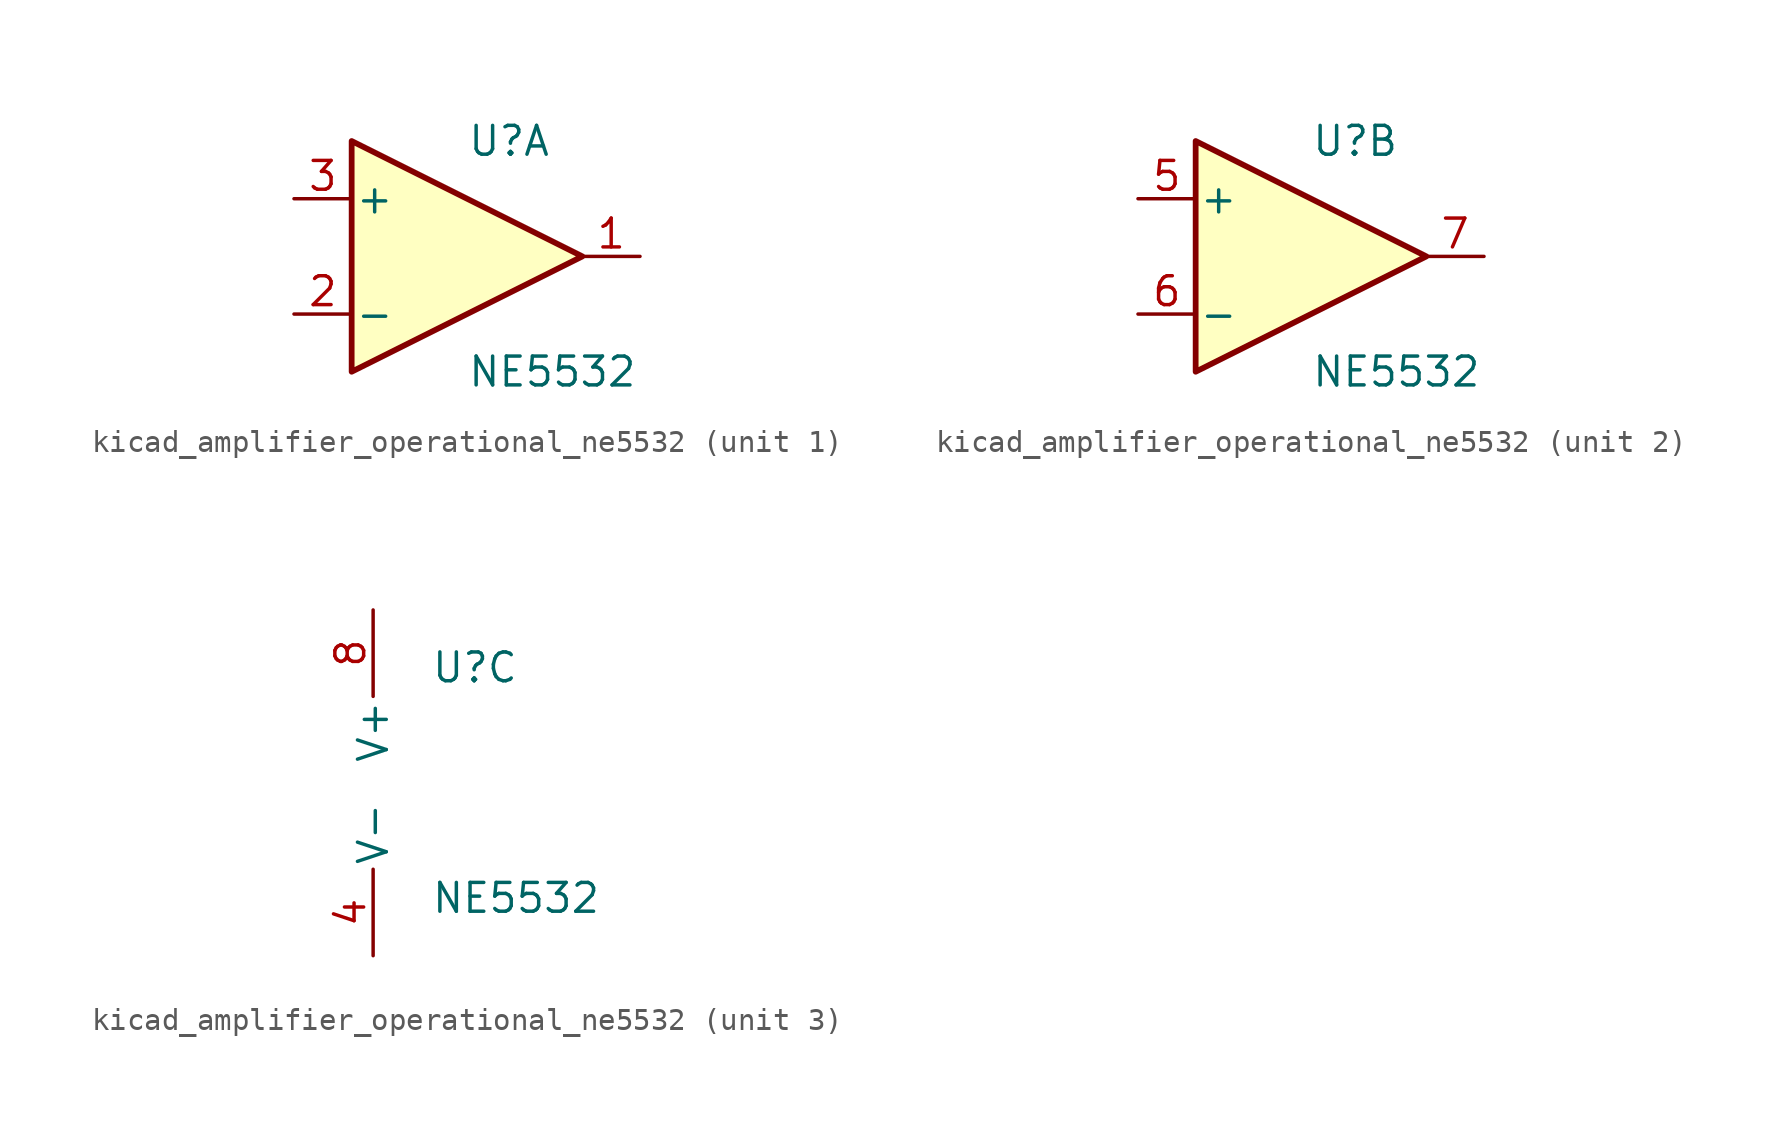
<source format=kicad_sym>
(kicad_symbol_lib
  (version 20220914)
  (generator kicad_symbol_editor)
  (symbol "kicad_amplifier_operational_ne5532"
    (pin_names
      (offset 0.127))
    (property "Reference" "U"
      (at 0 5.08 0)
      (effects (font (size 1.27 1.27)) (justify left)))
    (property "Value" "NE5532"
      (at 0 -5.08 0)
      (effects (font (size 1.27 1.27)) (justify left)))
    (property "ki_locked" ""
      (at 0 0 0)
      (effects (font (size 1.27 1.27))))
    (symbol "kicad_amplifier_operational_ne5532_1_1"
      (polyline (pts (xy -5.08 5.08) (xy 5.08 0) (xy -5.08 -5.08) (xy -5.08 5.08)) (stroke (width 0.254) (type default)) (fill (type background)))
      (pin output line (at 7.62 0 180) (length 2.54) (name "~" (effects (font (size 1.27 1.27)))) (number "1" (effects (font (size 1.27 1.27)))))
      (pin input line (at -7.62 -2.54 0) (length 2.54) (name "-" (effects (font (size 1.27 1.27)))) (number "2" (effects (font (size 1.27 1.27)))))
      (pin input line (at -7.62 2.54 0) (length 2.54) (name "+" (effects (font (size 1.27 1.27)))) (number "3" (effects (font (size 1.27 1.27))))))
    (symbol "kicad_amplifier_operational_ne5532_2_1"
      (polyline (pts (xy -5.08 5.08) (xy 5.08 0) (xy -5.08 -5.08) (xy -5.08 5.08)) (stroke (width 0.254) (type default)) (fill (type background)))
      (pin input line (at -7.62 2.54 0) (length 2.54) (name "+" (effects (font (size 1.27 1.27)))) (number "5" (effects (font (size 1.27 1.27)))))
      (pin input line (at -7.62 -2.54 0) (length 2.54) (name "-" (effects (font (size 1.27 1.27)))) (number "6" (effects (font (size 1.27 1.27)))))
      (pin output line (at 7.62 0 180) (length 2.54) (name "~" (effects (font (size 1.27 1.27)))) (number "7" (effects (font (size 1.27 1.27))))))
    (symbol "kicad_amplifier_operational_ne5532_3_1"
      (pin power_in line (at -2.54 -7.62 90) (length 3.81) (name "V-" (effects (font (size 1.27 1.27)))) (number "4" (effects (font (size 1.27 1.27)))))
      (pin power_in line (at -2.54 7.62 270) (length 3.81) (name "V+" (effects (font (size 1.27 1.27)))) (number "8" (effects (font (size 1.27 1.27))))))))
</source>
